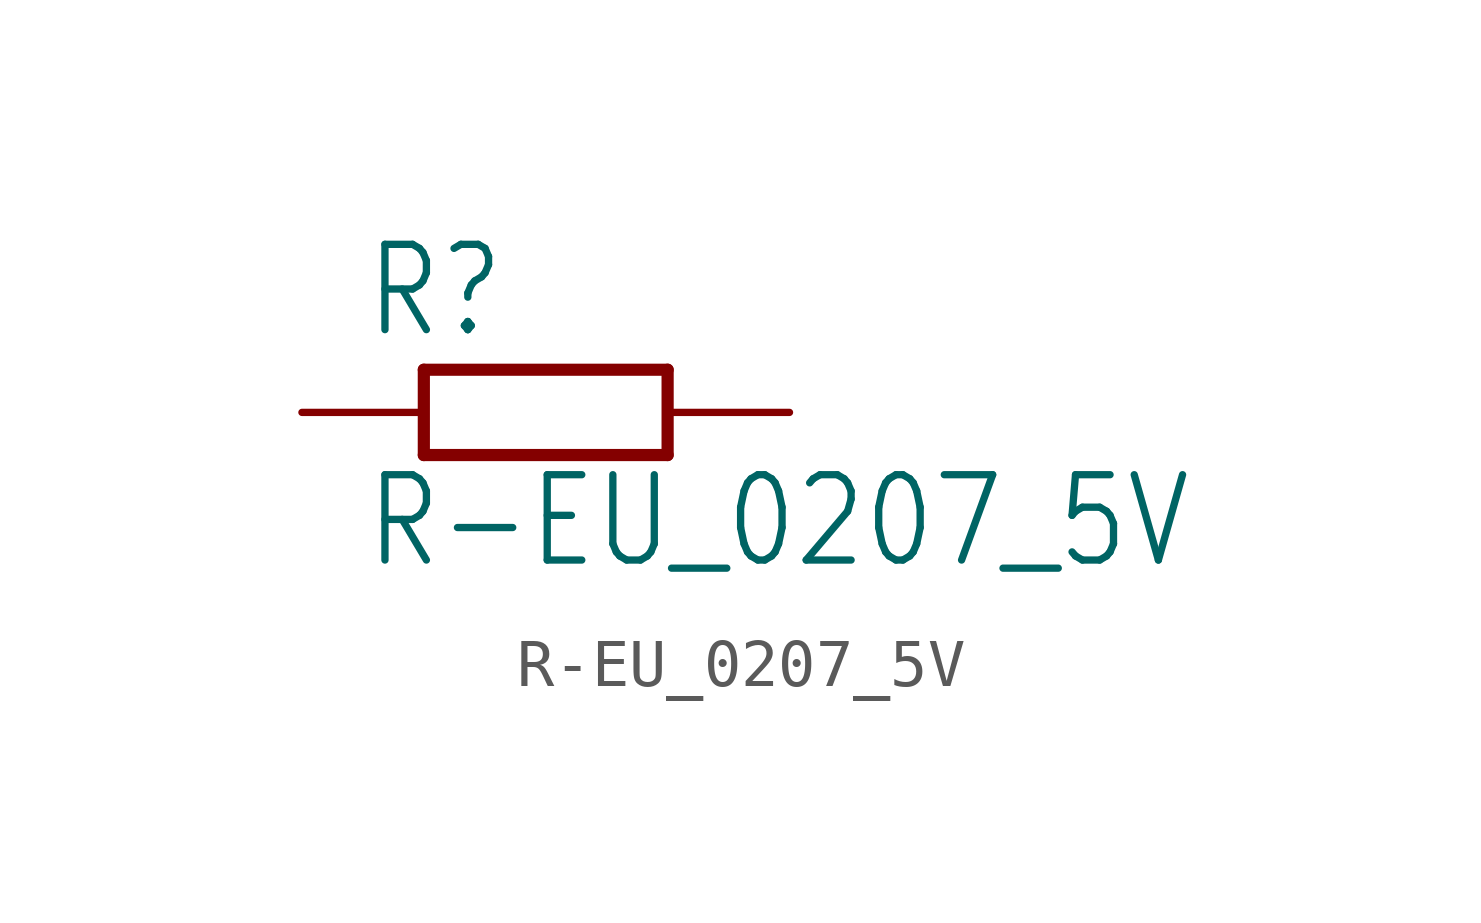
<source format=kicad_sym>
(kicad_symbol_lib
  (version 20201005)
  (generator kicad_symbol_editor)
  (symbol "R-EU_0207_5V"
    (property "Reference" "R"
      (at -3.81 1.499 0)
      (effects (font (size 1.778 1.511)) (justify left bottom)))
    (property "Value" "R-EU_0207_5V"
      (at -3.81 -3.302 0)
      (effects (font (size 1.778 1.511)) (justify left bottom)))
    (property "ki_locked" ""
      (at 0 0 0)
      (effects (font (size 1.27 1.27))))
    (symbol "R-EU_0207_5V_1_0"
      (polyline (pts (xy -2.54 -0.889) (xy 2.54 -0.889)) (stroke (width 0.254)) (fill (type none)))
      (polyline (pts (xy 2.54 0.889) (xy -2.54 0.889)) (stroke (width 0.254)) (fill (type none)))
      (polyline (pts (xy 2.54 -0.889) (xy 2.54 0.889)) (stroke (width 0.254)) (fill (type none)))
      (polyline (pts (xy -2.54 -0.889) (xy -2.54 0.889)) (stroke (width 0.254)) (fill (type none)))
      (pin passive line (at 5.08 0 180) (length 2.54) (name "2" (effects (font (size 0 0)))) (number "2" (effects (font (size 0 0)))))
      (pin passive line (at -5.08 0 0) (length 2.54) (name "1" (effects (font (size 0 0)))) (number "1" (effects (font (size 0 0))))))))
</source>
